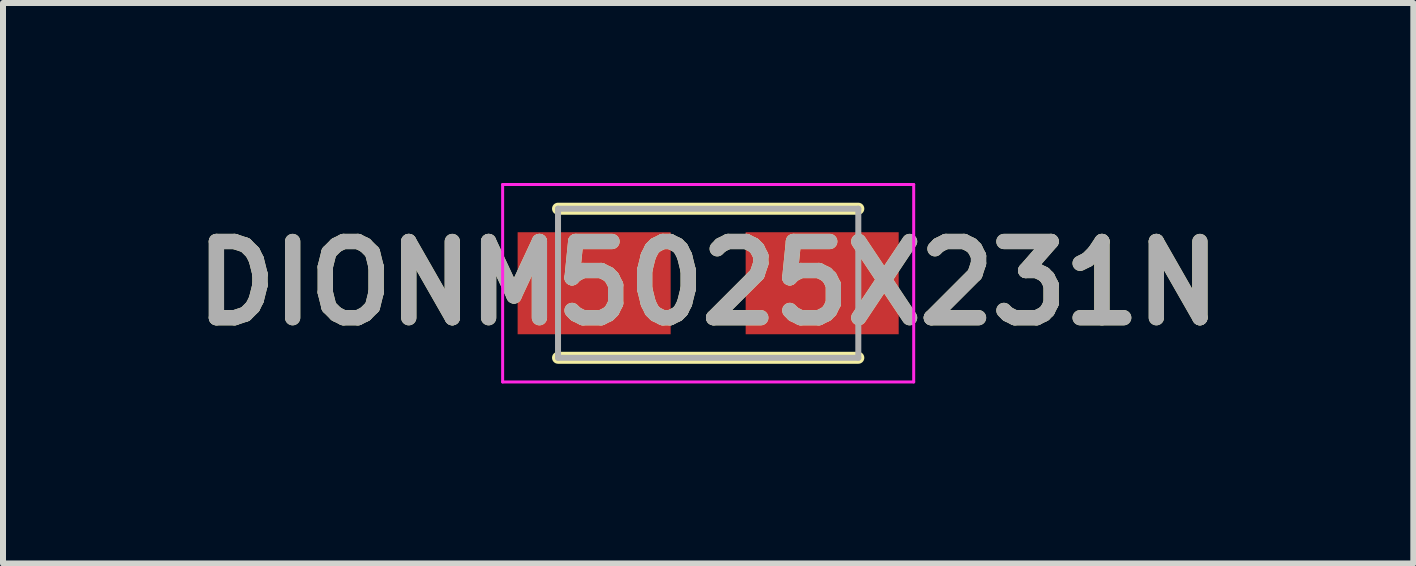
<source format=kicad_pcb>
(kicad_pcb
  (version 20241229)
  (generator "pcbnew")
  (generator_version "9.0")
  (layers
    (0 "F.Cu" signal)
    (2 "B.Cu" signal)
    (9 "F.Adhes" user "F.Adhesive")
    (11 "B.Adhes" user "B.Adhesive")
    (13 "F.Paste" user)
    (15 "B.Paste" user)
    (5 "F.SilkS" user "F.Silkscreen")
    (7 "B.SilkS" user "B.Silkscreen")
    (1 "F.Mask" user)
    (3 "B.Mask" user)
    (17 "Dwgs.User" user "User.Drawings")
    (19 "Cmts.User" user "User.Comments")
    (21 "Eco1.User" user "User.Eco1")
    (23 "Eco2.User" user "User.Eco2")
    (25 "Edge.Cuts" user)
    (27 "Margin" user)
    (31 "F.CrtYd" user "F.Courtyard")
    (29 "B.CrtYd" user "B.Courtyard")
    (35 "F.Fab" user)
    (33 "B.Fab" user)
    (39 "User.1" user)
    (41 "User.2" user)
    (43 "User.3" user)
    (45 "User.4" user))
  (footprint "DIONM5025X231N"
    (layer "F.Cu")
    (at 8.751 1.67)
    (property "Reference" "DIONM5025X231N" (at 0 0 0) (layer "F.SilkS") (effects (font (size 1.27 1.27) (thickness 0.254))))
    (attr smd)
    (fp_line (start -2.502 1.242) (end 2.502 1.242) (stroke (width 0.2) (type solid)) (layer "F.SilkS"))
    (fp_line (start 2.502 -1.242) (end -2.502 -1.242) (stroke (width 0.2) (type solid)) (layer "F.SilkS"))
    (fp_line (start -3.425 -1.645) (end 3.425 -1.645) (stroke (width 0.05) (type solid)) (layer "F.CrtYd"))
    (fp_line (start -3.425 1.645) (end -3.425 -1.645) (stroke (width 0.05) (type solid)) (layer "F.CrtYd"))
    (fp_line (start 3.425 -1.645) (end 3.425 1.645) (stroke (width 0.05) (type solid)) (layer "F.CrtYd"))
    (fp_line (start 3.425 1.645) (end -3.425 1.645) (stroke (width 0.05) (type solid)) (layer "F.CrtYd"))
    (fp_line (start -2.502 -1.242) (end 2.502 -1.242) (stroke (width 0.1) (type solid)) (layer "F.Fab"))
    (fp_line (start -2.502 1.242) (end -2.502 -1.242) (stroke (width 0.1) (type solid)) (layer "F.Fab"))
    (fp_line (start 2.502 -1.242) (end 2.502 1.242) (stroke (width 0.1) (type solid)) (layer "F.Fab"))
    (fp_line (start 2.502 1.242) (end -2.502 1.242) (stroke (width 0.1) (type solid)) (layer "F.Fab"))
    (fp_text user "${REFERENCE}" (at 0 0 0) (layer "F.Fab") (effects (font (size 1.27 1.27) (thickness 0.254))))
    (pad "1" smd rect (at -1.9 0 90) (size 1.7 2.55) (layers "F.Cu" "F.Mask" "F.Paste"))
    (pad "2" smd rect (at 1.9 0 90) (size 1.7 2.55) (layers "F.Cu" "F.Mask" "F.Paste")))
  (gr_rect
    (start -3 -3)
    (end 20.502 6.34)
    (stroke (width 0.1) (type default))
    (fill no)
    (layer "Edge.Cuts")))
</source>
